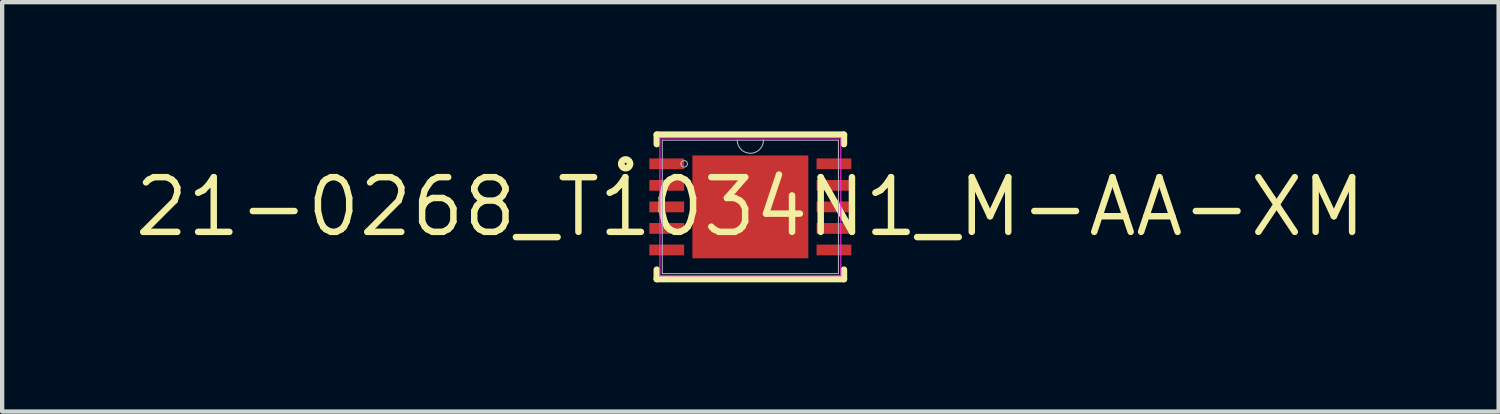
<source format=kicad_pcb>
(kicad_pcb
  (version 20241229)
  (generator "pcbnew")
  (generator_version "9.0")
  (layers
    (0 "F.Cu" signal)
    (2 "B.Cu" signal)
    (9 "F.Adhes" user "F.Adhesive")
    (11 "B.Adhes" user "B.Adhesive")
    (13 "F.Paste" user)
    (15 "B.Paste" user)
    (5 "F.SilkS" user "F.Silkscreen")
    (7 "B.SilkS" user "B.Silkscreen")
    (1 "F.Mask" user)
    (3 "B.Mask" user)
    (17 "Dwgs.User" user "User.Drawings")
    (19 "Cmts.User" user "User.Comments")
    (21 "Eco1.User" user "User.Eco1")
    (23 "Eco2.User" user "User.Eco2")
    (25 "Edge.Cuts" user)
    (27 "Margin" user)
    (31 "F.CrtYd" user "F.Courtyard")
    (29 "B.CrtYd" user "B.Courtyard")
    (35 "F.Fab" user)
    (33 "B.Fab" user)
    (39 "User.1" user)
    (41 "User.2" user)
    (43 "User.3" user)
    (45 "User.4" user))
  (footprint "21-0268_T1034N1_M-AA-XM"
    (layer "F.Cu")
    (at 14.37 1.753)
    (property "Reference" "21-0268_T1034N1_M-AA-XM" (at 0 0 0) (layer "F.SilkS") (effects (font (size 1.27 1.27) (thickness 0.15))))
    (fp_line (start -2.172 -1.676) (end -2.172 -1.458) (stroke (width 0.152) (type solid)) (layer "F.SilkS"))
    (fp_line (start -2.172 1.458) (end -2.172 1.676) (stroke (width 0.152) (type solid)) (layer "F.SilkS"))
    (fp_line (start -2.172 1.676) (end 2.172 1.676) (stroke (width 0.152) (type solid)) (layer "F.SilkS"))
    (fp_line (start 2.172 -1.676) (end -2.172 -1.676) (stroke (width 0.152) (type solid)) (layer "F.SilkS"))
    (fp_line (start 2.172 -1.458) (end 2.172 -1.676) (stroke (width 0.152) (type solid)) (layer "F.SilkS"))
    (fp_line (start 2.172 1.676) (end 2.172 1.458) (stroke (width 0.152) (type solid)) (layer "F.SilkS"))
    (fp_arc (start -2.9971 -1) (mid -2.8955 -1.1016) (end -2.7939 -1) (stroke (width 0.1524) (type solid)) (layer "F.SilkS"))
    (fp_arc (start -2.7939 -1) (mid -2.8955 -0.8984) (end -2.9971 -1) (stroke (width 0.1524) (type solid)) (layer "F.SilkS"))
    (fp_line (start -2.1 -1.6) (end -2.1 1.6) (stroke (width 0.025) (type solid)) (layer "F.CrtYd"))
    (fp_line (start -2.1 1.6) (end 2.1 1.6) (stroke (width 0.025) (type solid)) (layer "F.CrtYd"))
    (fp_line (start 2.1 -1.6) (end -2.1 -1.6) (stroke (width 0.025) (type solid)) (layer "F.CrtYd"))
    (fp_line (start 2.1 1.6) (end 2.1 -1.6) (stroke (width 0.025) (type solid)) (layer "F.CrtYd"))
    (fp_line (start -2.045 -1.549) (end -2.045 1.549) (stroke (width 0.025) (type solid)) (layer "F.Fab"))
    (fp_line (start -2.045 1.549) (end 2.045 1.549) (stroke (width 0.025) (type solid)) (layer "F.Fab"))
    (fp_line (start 2.045 -1.549) (end -2.045 -1.549) (stroke (width 0.025) (type solid)) (layer "F.Fab"))
    (fp_line (start 2.045 1.549) (end 2.045 -1.549) (stroke (width 0.025) (type solid)) (layer "F.Fab"))
    (fp_arc (start -1.6129 -1) (mid -1.5367 -1.0762) (end -1.4605 -1) (stroke (width 0.0254) (type solid)) (layer "F.Fab"))
    (fp_arc (start -1.4605 -1) (mid -1.5367 -0.9238) (end -1.6129 -1) (stroke (width 0.0254) (type solid)) (layer "F.Fab"))
    (fp_arc (start 0.3048 -1.5494) (mid 0 -1.2446) (end -0.3048 -1.5494) (stroke (width 0.0254) (type solid)) (layer "F.Fab"))
    (pad "1" smd rect (at -1.941 -1) (size 0.808 0.25) (layers "F.Cu" "F.Mask" "F.Paste"))
    (pad "2" smd rect (at -1.941 -0.5) (size 0.808 0.25) (layers "F.Cu" "F.Mask" "F.Paste"))
    (pad "3" smd rect (at -1.941 0) (size 0.808 0.25) (layers "F.Cu" "F.Mask" "F.Paste"))
    (pad "4" smd rect (at -1.941 0.5) (size 0.808 0.25) (layers "F.Cu" "F.Mask" "F.Paste"))
    (pad "5" smd rect (at -1.941 1) (size 0.808 0.25) (layers "F.Cu" "F.Mask" "F.Paste"))
    (pad "6" smd rect (at 1.941 1) (size 0.808 0.25) (layers "F.Cu" "F.Mask" "F.Paste"))
    (pad "7" smd rect (at 1.941 0.5) (size 0.808 0.25) (layers "F.Cu" "F.Mask" "F.Paste"))
    (pad "8" smd rect (at 1.941 0) (size 0.808 0.25) (layers "F.Cu" "F.Mask" "F.Paste"))
    (pad "9" smd rect (at 1.941 -0.5) (size 0.808 0.25) (layers "F.Cu" "F.Mask" "F.Paste"))
    (pad "10" smd rect (at 1.941 -1) (size 0.808 0.25) (layers "F.Cu" "F.Mask" "F.Paste"))
    (pad "11" smd rect (at 0 0) (size 2.692 2.388) (layers "F.Cu" "F.Mask" "F.Paste")))
  (gr_rect
    (start -3 -3)
    (end 31.741 6.505)
    (stroke (width 0.1) (type default))
    (fill no)
    (layer "Edge.Cuts")))
</source>
